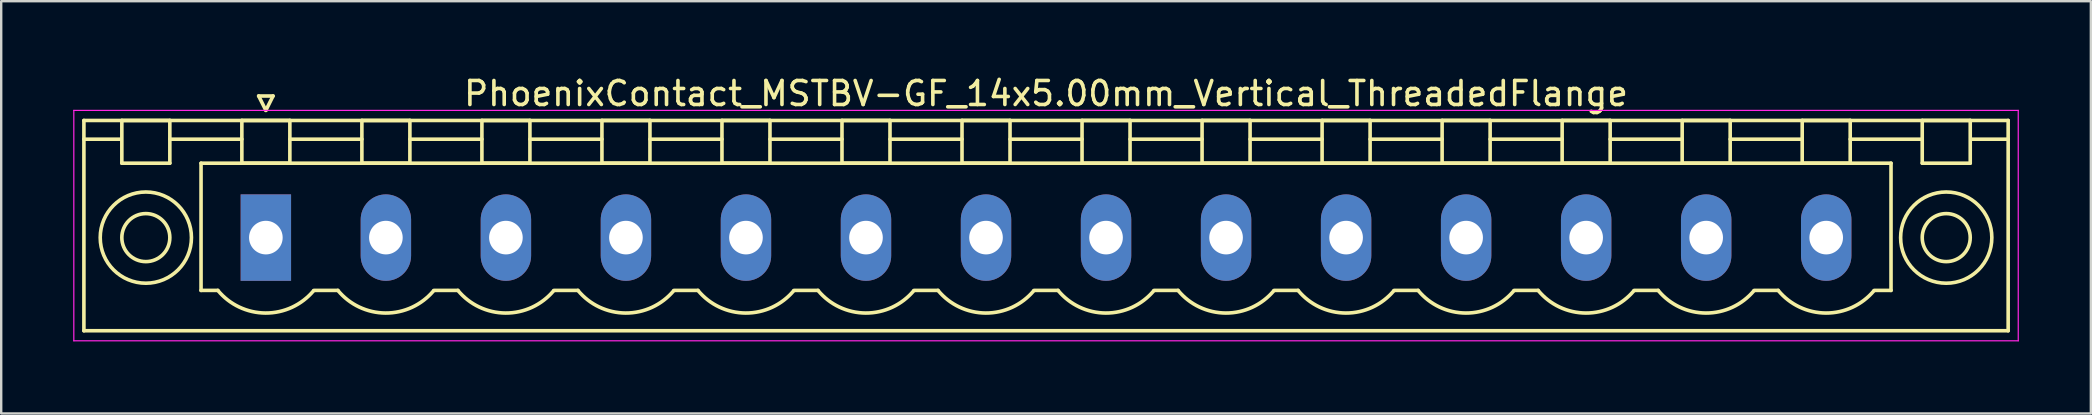
<source format=kicad_pcb>
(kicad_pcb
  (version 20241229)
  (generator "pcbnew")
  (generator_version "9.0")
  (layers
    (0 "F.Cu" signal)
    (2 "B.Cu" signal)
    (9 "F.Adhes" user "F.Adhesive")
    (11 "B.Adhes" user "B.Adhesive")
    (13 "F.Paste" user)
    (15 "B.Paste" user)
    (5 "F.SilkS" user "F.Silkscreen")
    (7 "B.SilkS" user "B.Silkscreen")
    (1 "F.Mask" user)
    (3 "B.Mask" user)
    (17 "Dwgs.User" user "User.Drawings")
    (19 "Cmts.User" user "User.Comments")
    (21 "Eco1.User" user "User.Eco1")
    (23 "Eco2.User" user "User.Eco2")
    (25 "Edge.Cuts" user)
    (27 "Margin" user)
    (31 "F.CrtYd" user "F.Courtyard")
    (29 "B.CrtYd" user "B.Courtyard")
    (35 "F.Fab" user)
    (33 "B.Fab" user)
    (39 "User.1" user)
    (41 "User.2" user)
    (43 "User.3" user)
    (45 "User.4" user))
  (footprint "PhoenixContact_MSTBV-GF_14x5.00mm_Vertical_ThreadedFlange"
    (layer "F.Cu")
    (at 8.025 6.848)
    (property "Reference" "PhoenixContact_MSTBV-GF_14x5.00mm_Vertical_ThreadedFlange" (at 32.5 -6 0) (layer "F.SilkS") (effects (font (size 1 1) (thickness 0.15))))
    (attr through_hole)
    (fp_line (start -7.58 -4.88) (end -7.58 3.88) (stroke (width 0.15) (type solid)) (layer "F.SilkS"))
    (fp_line (start -7.58 -4.1) (end -6.08 -4.1) (stroke (width 0.15) (type solid)) (layer "F.SilkS"))
    (fp_line (start -7.58 3.88) (end 72.58 3.88) (stroke (width 0.15) (type solid)) (layer "F.SilkS"))
    (fp_line (start -6 -4.88) (end -4 -4.88) (stroke (width 0.15) (type solid)) (layer "F.SilkS"))
    (fp_line (start -6 -3.1) (end -6 -4.88) (stroke (width 0.15) (type solid)) (layer "F.SilkS"))
    (fp_line (start -4 -4.88) (end -4 -3.1) (stroke (width 0.15) (type solid)) (layer "F.SilkS"))
    (fp_line (start -4 -4.1) (end -1 -4.1) (stroke (width 0.15) (type solid)) (layer "F.SilkS"))
    (fp_line (start -4 -3.1) (end -6 -3.1) (stroke (width 0.15) (type solid)) (layer "F.SilkS"))
    (fp_line (start -2.7 -3.1) (end 67.7 -3.1) (stroke (width 0.15) (type solid)) (layer "F.SilkS"))
    (fp_line (start -2.7 2.2) (end -2.7 -3.1) (stroke (width 0.15) (type solid)) (layer "F.SilkS"))
    (fp_line (start -2 2.2) (end -2.7 2.2) (stroke (width 0.15) (type solid)) (layer "F.SilkS"))
    (fp_line (start -1 -4.88) (end 1 -4.88) (stroke (width 0.15) (type solid)) (layer "F.SilkS"))
    (fp_line (start -1 -3.1) (end -1 -4.88) (stroke (width 0.15) (type solid)) (layer "F.SilkS"))
    (fp_line (start -0.3 -5.9) (end 0 -5.3) (stroke (width 0.15) (type solid)) (layer "F.SilkS"))
    (fp_line (start 0 -5.3) (end 0.3 -5.9) (stroke (width 0.15) (type solid)) (layer "F.SilkS"))
    (fp_line (start 0.3 -5.9) (end -0.3 -5.9) (stroke (width 0.15) (type solid)) (layer "F.SilkS"))
    (fp_line (start 1 -4.88) (end 1 -3.1) (stroke (width 0.15) (type solid)) (layer "F.SilkS"))
    (fp_line (start 1 -4.1) (end 4 -4.1) (stroke (width 0.15) (type solid)) (layer "F.SilkS"))
    (fp_line (start 1 -3.1) (end -1 -3.1) (stroke (width 0.15) (type solid)) (layer "F.SilkS"))
    (fp_line (start 2 2.2) (end 3 2.2) (stroke (width 0.15) (type solid)) (layer "F.SilkS"))
    (fp_line (start 4 -4.88) (end 6 -4.88) (stroke (width 0.15) (type solid)) (layer "F.SilkS"))
    (fp_line (start 4 -3.1) (end 4 -4.88) (stroke (width 0.15) (type solid)) (layer "F.SilkS"))
    (fp_line (start 6 -4.88) (end 6 -3.1) (stroke (width 0.15) (type solid)) (layer "F.SilkS"))
    (fp_line (start 6 -4.1) (end 9 -4.1) (stroke (width 0.15) (type solid)) (layer "F.SilkS"))
    (fp_line (start 6 -3.1) (end 4 -3.1) (stroke (width 0.15) (type solid)) (layer "F.SilkS"))
    (fp_line (start 7 2.2) (end 8 2.2) (stroke (width 0.15) (type solid)) (layer "F.SilkS"))
    (fp_line (start 9 -4.88) (end 11 -4.88) (stroke (width 0.15) (type solid)) (layer "F.SilkS"))
    (fp_line (start 9 -3.1) (end 9 -4.88) (stroke (width 0.15) (type solid)) (layer "F.SilkS"))
    (fp_line (start 11 -4.88) (end 11 -3.1) (stroke (width 0.15) (type solid)) (layer "F.SilkS"))
    (fp_line (start 11 -4.1) (end 14 -4.1) (stroke (width 0.15) (type solid)) (layer "F.SilkS"))
    (fp_line (start 11 -3.1) (end 9 -3.1) (stroke (width 0.15) (type solid)) (layer "F.SilkS"))
    (fp_line (start 12 2.2) (end 13 2.2) (stroke (width 0.15) (type solid)) (layer "F.SilkS"))
    (fp_line (start 14 -4.88) (end 16 -4.88) (stroke (width 0.15) (type solid)) (layer "F.SilkS"))
    (fp_line (start 14 -3.1) (end 14 -4.88) (stroke (width 0.15) (type solid)) (layer "F.SilkS"))
    (fp_line (start 16 -4.88) (end 16 -3.1) (stroke (width 0.15) (type solid)) (layer "F.SilkS"))
    (fp_line (start 16 -4.1) (end 19 -4.1) (stroke (width 0.15) (type solid)) (layer "F.SilkS"))
    (fp_line (start 16 -3.1) (end 14 -3.1) (stroke (width 0.15) (type solid)) (layer "F.SilkS"))
    (fp_line (start 17 2.2) (end 18 2.2) (stroke (width 0.15) (type solid)) (layer "F.SilkS"))
    (fp_line (start 19 -4.88) (end 21 -4.88) (stroke (width 0.15) (type solid)) (layer "F.SilkS"))
    (fp_line (start 19 -3.1) (end 19 -4.88) (stroke (width 0.15) (type solid)) (layer "F.SilkS"))
    (fp_line (start 21 -4.88) (end 21 -3.1) (stroke (width 0.15) (type solid)) (layer "F.SilkS"))
    (fp_line (start 21 -4.1) (end 24 -4.1) (stroke (width 0.15) (type solid)) (layer "F.SilkS"))
    (fp_line (start 21 -3.1) (end 19 -3.1) (stroke (width 0.15) (type solid)) (layer "F.SilkS"))
    (fp_line (start 22 2.2) (end 23 2.2) (stroke (width 0.15) (type solid)) (layer "F.SilkS"))
    (fp_line (start 24 -4.88) (end 26 -4.88) (stroke (width 0.15) (type solid)) (layer "F.SilkS"))
    (fp_line (start 24 -3.1) (end 24 -4.88) (stroke (width 0.15) (type solid)) (layer "F.SilkS"))
    (fp_line (start 26 -4.88) (end 26 -3.1) (stroke (width 0.15) (type solid)) (layer "F.SilkS"))
    (fp_line (start 26 -4.1) (end 29 -4.1) (stroke (width 0.15) (type solid)) (layer "F.SilkS"))
    (fp_line (start 26 -3.1) (end 24 -3.1) (stroke (width 0.15) (type solid)) (layer "F.SilkS"))
    (fp_line (start 27 2.2) (end 28 2.2) (stroke (width 0.15) (type solid)) (layer "F.SilkS"))
    (fp_line (start 29 -4.88) (end 31 -4.88) (stroke (width 0.15) (type solid)) (layer "F.SilkS"))
    (fp_line (start 29 -3.1) (end 29 -4.88) (stroke (width 0.15) (type solid)) (layer "F.SilkS"))
    (fp_line (start 31 -4.88) (end 31 -3.1) (stroke (width 0.15) (type solid)) (layer "F.SilkS"))
    (fp_line (start 31 -4.1) (end 34 -4.1) (stroke (width 0.15) (type solid)) (layer "F.SilkS"))
    (fp_line (start 31 -3.1) (end 29 -3.1) (stroke (width 0.15) (type solid)) (layer "F.SilkS"))
    (fp_line (start 32 2.2) (end 33 2.2) (stroke (width 0.15) (type solid)) (layer "F.SilkS"))
    (fp_line (start 34 -4.88) (end 36 -4.88) (stroke (width 0.15) (type solid)) (layer "F.SilkS"))
    (fp_line (start 34 -3.1) (end 34 -4.88) (stroke (width 0.15) (type solid)) (layer "F.SilkS"))
    (fp_line (start 36 -4.88) (end 36 -3.1) (stroke (width 0.15) (type solid)) (layer "F.SilkS"))
    (fp_line (start 36 -4.1) (end 39 -4.1) (stroke (width 0.15) (type solid)) (layer "F.SilkS"))
    (fp_line (start 36 -3.1) (end 34 -3.1) (stroke (width 0.15) (type solid)) (layer "F.SilkS"))
    (fp_line (start 37 2.2) (end 38 2.2) (stroke (width 0.15) (type solid)) (layer "F.SilkS"))
    (fp_line (start 39 -4.88) (end 41 -4.88) (stroke (width 0.15) (type solid)) (layer "F.SilkS"))
    (fp_line (start 39 -3.1) (end 39 -4.88) (stroke (width 0.15) (type solid)) (layer "F.SilkS"))
    (fp_line (start 41 -4.88) (end 41 -3.1) (stroke (width 0.15) (type solid)) (layer "F.SilkS"))
    (fp_line (start 41 -4.1) (end 44 -4.1) (stroke (width 0.15) (type solid)) (layer "F.SilkS"))
    (fp_line (start 41 -3.1) (end 39 -3.1) (stroke (width 0.15) (type solid)) (layer "F.SilkS"))
    (fp_line (start 42 2.2) (end 43 2.2) (stroke (width 0.15) (type solid)) (layer "F.SilkS"))
    (fp_line (start 44 -4.88) (end 46 -4.88) (stroke (width 0.15) (type solid)) (layer "F.SilkS"))
    (fp_line (start 44 -3.1) (end 44 -4.88) (stroke (width 0.15) (type solid)) (layer "F.SilkS"))
    (fp_line (start 46 -4.88) (end 46 -3.1) (stroke (width 0.15) (type solid)) (layer "F.SilkS"))
    (fp_line (start 46 -4.1) (end 49 -4.1) (stroke (width 0.15) (type solid)) (layer "F.SilkS"))
    (fp_line (start 46 -3.1) (end 44 -3.1) (stroke (width 0.15) (type solid)) (layer "F.SilkS"))
    (fp_line (start 47 2.2) (end 48 2.2) (stroke (width 0.15) (type solid)) (layer "F.SilkS"))
    (fp_line (start 49 -4.88) (end 51 -4.88) (stroke (width 0.15) (type solid)) (layer "F.SilkS"))
    (fp_line (start 49 -3.1) (end 49 -4.88) (stroke (width 0.15) (type solid)) (layer "F.SilkS"))
    (fp_line (start 51 -4.88) (end 51 -3.1) (stroke (width 0.15) (type solid)) (layer "F.SilkS"))
    (fp_line (start 51 -4.1) (end 54 -4.1) (stroke (width 0.15) (type solid)) (layer "F.SilkS"))
    (fp_line (start 51 -3.1) (end 49 -3.1) (stroke (width 0.15) (type solid)) (layer "F.SilkS"))
    (fp_line (start 52 2.2) (end 53 2.2) (stroke (width 0.15) (type solid)) (layer "F.SilkS"))
    (fp_line (start 54 -4.88) (end 56 -4.88) (stroke (width 0.15) (type solid)) (layer "F.SilkS"))
    (fp_line (start 54 -3.1) (end 54 -4.88) (stroke (width 0.15) (type solid)) (layer "F.SilkS"))
    (fp_line (start 56 -4.88) (end 56 -3.1) (stroke (width 0.15) (type solid)) (layer "F.SilkS"))
    (fp_line (start 56 -4.1) (end 59 -4.1) (stroke (width 0.15) (type solid)) (layer "F.SilkS"))
    (fp_line (start 56 -3.1) (end 54 -3.1) (stroke (width 0.15) (type solid)) (layer "F.SilkS"))
    (fp_line (start 57 2.2) (end 58 2.2) (stroke (width 0.15) (type solid)) (layer "F.SilkS"))
    (fp_line (start 59 -4.88) (end 61 -4.88) (stroke (width 0.15) (type solid)) (layer "F.SilkS"))
    (fp_line (start 59 -3.1) (end 59 -4.88) (stroke (width 0.15) (type solid)) (layer "F.SilkS"))
    (fp_line (start 61 -4.88) (end 61 -3.1) (stroke (width 0.15) (type solid)) (layer "F.SilkS"))
    (fp_line (start 61 -4.1) (end 64 -4.1) (stroke (width 0.15) (type solid)) (layer "F.SilkS"))
    (fp_line (start 61 -3.1) (end 59 -3.1) (stroke (width 0.15) (type solid)) (layer "F.SilkS"))
    (fp_line (start 62 2.2) (end 63 2.2) (stroke (width 0.15) (type solid)) (layer "F.SilkS"))
    (fp_line (start 64 -4.88) (end 66 -4.88) (stroke (width 0.15) (type solid)) (layer "F.SilkS"))
    (fp_line (start 64 -3.1) (end 64 -4.88) (stroke (width 0.15) (type solid)) (layer "F.SilkS"))
    (fp_line (start 66 -4.88) (end 66 -3.1) (stroke (width 0.15) (type solid)) (layer "F.SilkS"))
    (fp_line (start 66 -4.1) (end 69 -4.1) (stroke (width 0.15) (type solid)) (layer "F.SilkS"))
    (fp_line (start 66 -3.1) (end 64 -3.1) (stroke (width 0.15) (type solid)) (layer "F.SilkS"))
    (fp_line (start 67.7 -3.1) (end 67.7 2.2) (stroke (width 0.15) (type solid)) (layer "F.SilkS"))
    (fp_line (start 67.7 2.2) (end 67 2.2) (stroke (width 0.15) (type solid)) (layer "F.SilkS"))
    (fp_line (start 69 -4.88) (end 71 -4.88) (stroke (width 0.15) (type solid)) (layer "F.SilkS"))
    (fp_line (start 69 -3.1) (end 69 -4.88) (stroke (width 0.15) (type solid)) (layer "F.SilkS"))
    (fp_line (start 71 -4.88) (end 71 -3.1) (stroke (width 0.15) (type solid)) (layer "F.SilkS"))
    (fp_line (start 71 -3.1) (end 69 -3.1) (stroke (width 0.15) (type solid)) (layer "F.SilkS"))
    (fp_line (start 72.58 -4.88) (end -7.58 -4.88) (stroke (width 0.15) (type solid)) (layer "F.SilkS"))
    (fp_line (start 72.58 -4.1) (end 71.08 -4.1) (stroke (width 0.15) (type solid)) (layer "F.SilkS"))
    (fp_line (start 72.58 3.88) (end 72.58 -4.88) (stroke (width 0.15) (type solid)) (layer "F.SilkS"))
    (fp_arc (start 1.986842 2.215821) (mid -0.010289 3.142758) (end -2 2.2) (stroke (width 0.15) (type solid)) (layer "F.SilkS"))
    (fp_arc (start 6.986842 2.215821) (mid 4.989711 3.142758) (end 3 2.2) (stroke (width 0.15) (type solid)) (layer "F.SilkS"))
    (fp_arc (start 11.986842 2.215821) (mid 9.989711 3.142758) (end 8 2.2) (stroke (width 0.15) (type solid)) (layer "F.SilkS"))
    (fp_arc (start 16.986842 2.215821) (mid 14.989711 3.142758) (end 13 2.2) (stroke (width 0.15) (type solid)) (layer "F.SilkS"))
    (fp_arc (start 21.986842 2.215821) (mid 19.989711 3.142758) (end 18 2.2) (stroke (width 0.15) (type solid)) (layer "F.SilkS"))
    (fp_arc (start 26.986842 2.215821) (mid 24.989711 3.142758) (end 23 2.2) (stroke (width 0.15) (type solid)) (layer "F.SilkS"))
    (fp_arc (start 31.986842 2.215821) (mid 29.989711 3.142758) (end 28 2.2) (stroke (width 0.15) (type solid)) (layer "F.SilkS"))
    (fp_arc (start 36.986842 2.215821) (mid 34.989711 3.142758) (end 33 2.2) (stroke (width 0.15) (type solid)) (layer "F.SilkS"))
    (fp_arc (start 41.986842 2.215821) (mid 39.989711 3.142758) (end 38 2.2) (stroke (width 0.15) (type solid)) (layer "F.SilkS"))
    (fp_arc (start 46.986842 2.215821) (mid 44.989711 3.142758) (end 43 2.2) (stroke (width 0.15) (type solid)) (layer "F.SilkS"))
    (fp_arc (start 51.986842 2.215821) (mid 49.989711 3.142758) (end 48 2.2) (stroke (width 0.15) (type solid)) (layer "F.SilkS"))
    (fp_arc (start 56.986842 2.215821) (mid 54.989711 3.142758) (end 53 2.2) (stroke (width 0.15) (type solid)) (layer "F.SilkS"))
    (fp_arc (start 61.986842 2.215821) (mid 59.989711 3.142758) (end 58 2.2) (stroke (width 0.15) (type solid)) (layer "F.SilkS"))
    (fp_arc (start 66.986842 2.215821) (mid 64.989711 3.142758) (end 63 2.2) (stroke (width 0.15) (type solid)) (layer "F.SilkS"))
    (fp_circle (center -5 0) (end -4 0) (stroke (width 0.15) (type solid)) (fill no) (layer "F.SilkS"))
    (fp_circle (center -5 0) (end -3.1 0) (stroke (width 0.15) (type solid)) (fill no) (layer "F.SilkS"))
    (fp_circle (center 70 0) (end 71 0) (stroke (width 0.15) (type solid)) (fill no) (layer "F.SilkS"))
    (fp_circle (center 70 0) (end 71.9 0) (stroke (width 0.15) (type solid)) (fill no) (layer "F.SilkS"))
    (fp_line (start -8 -5.3) (end -8 4.3) (stroke (width 0.05) (type solid)) (layer "F.CrtYd"))
    (fp_line (start -8 4.3) (end 73 4.3) (stroke (width 0.05) (type solid)) (layer "F.CrtYd"))
    (fp_line (start 73 -5.3) (end -8 -5.3) (stroke (width 0.05) (type solid)) (layer "F.CrtYd"))
    (fp_line (start 73 4.3) (end 73 -5.3) (stroke (width 0.05) (type solid)) (layer "F.CrtYd"))
    (pad "1" thru_hole rect (at 0 0) (size 2.1 3.6) (drill 1.4) (layers "*.Cu" "*.Mask"))
    (pad "2" thru_hole oval (at 5 0) (size 2.1 3.6) (drill 1.4) (layers "*.Cu" "*.Mask"))
    (pad "3" thru_hole oval (at 10 0) (size 2.1 3.6) (drill 1.4) (layers "*.Cu" "*.Mask"))
    (pad "4" thru_hole oval (at 15 0) (size 2.1 3.6) (drill 1.4) (layers "*.Cu" "*.Mask"))
    (pad "5" thru_hole oval (at 20 0) (size 2.1 3.6) (drill 1.4) (layers "*.Cu" "*.Mask"))
    (pad "6" thru_hole oval (at 25 0) (size 2.1 3.6) (drill 1.4) (layers "*.Cu" "*.Mask"))
    (pad "7" thru_hole oval (at 30 0) (size 2.1 3.6) (drill 1.4) (layers "*.Cu" "*.Mask"))
    (pad "8" thru_hole oval (at 35 0) (size 2.1 3.6) (drill 1.4) (layers "*.Cu" "*.Mask"))
    (pad "9" thru_hole oval (at 40 0) (size 2.1 3.6) (drill 1.4) (layers "*.Cu" "*.Mask"))
    (pad "10" thru_hole oval (at 45 0) (size 2.1 3.6) (drill 1.4) (layers "*.Cu" "*.Mask"))
    (pad "11" thru_hole oval (at 50 0) (size 2.1 3.6) (drill 1.4) (layers "*.Cu" "*.Mask"))
    (pad "12" thru_hole oval (at 55 0) (size 2.1 3.6) (drill 1.4) (layers "*.Cu" "*.Mask"))
    (pad "13" thru_hole oval (at 60 0) (size 2.1 3.6) (drill 1.4) (layers "*.Cu" "*.Mask"))
    (pad "14" thru_hole oval (at 65 0) (size 2.1 3.6) (drill 1.4) (layers "*.Cu" "*.Mask")))
  (gr_rect
    (start -3 -3)
    (end 84.05 14.173)
    (stroke (width 0.1) (type default))
    (fill no)
    (layer "Edge.Cuts")))
</source>
